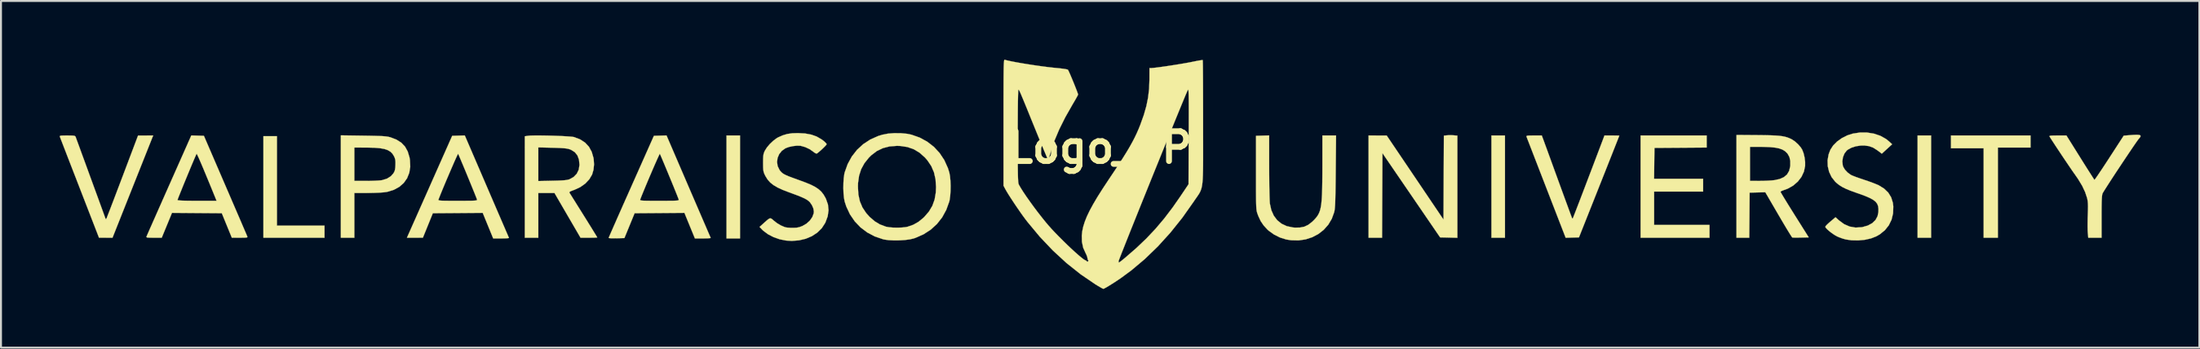
<source format=kicad_pcb>
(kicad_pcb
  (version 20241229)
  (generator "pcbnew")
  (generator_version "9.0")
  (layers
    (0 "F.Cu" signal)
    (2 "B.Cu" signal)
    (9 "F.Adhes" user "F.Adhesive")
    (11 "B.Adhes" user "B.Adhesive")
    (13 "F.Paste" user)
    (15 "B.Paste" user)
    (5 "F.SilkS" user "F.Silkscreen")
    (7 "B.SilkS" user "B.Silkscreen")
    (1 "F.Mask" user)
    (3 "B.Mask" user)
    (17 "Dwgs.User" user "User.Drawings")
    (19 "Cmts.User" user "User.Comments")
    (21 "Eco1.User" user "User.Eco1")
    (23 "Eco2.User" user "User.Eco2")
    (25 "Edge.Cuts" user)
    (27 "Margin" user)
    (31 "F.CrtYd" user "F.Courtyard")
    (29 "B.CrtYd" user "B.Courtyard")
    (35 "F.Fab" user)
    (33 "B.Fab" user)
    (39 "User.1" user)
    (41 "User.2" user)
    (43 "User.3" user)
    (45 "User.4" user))
  (footprint "Logo_FP"
    (layer "F.Cu")
    (at 53.153 4.491)
    (property "Reference" "Logo_FP" (at 0 0 0) (layer "F.SilkS") (effects (font (size 1.524 1.524) (thickness 0.3))))
    (attr through_hole)
    (fp_poly (pts (xy -18.397 4.645) (xy -19.086 4.645) (xy -19.086 -0.617) (xy -18.397 -0.617) (xy -18.397 4.645)) (stroke (width 0.01) (type solid)) (fill yes) (layer "F.SilkS"))
    (fp_poly (pts (xy 20.683 4.608) (xy 19.993 4.608) (xy 19.993 -0.617) (xy 20.683 -0.617) (xy 20.683 4.608)) (stroke (width 0.01) (type solid)) (fill yes) (layer "F.SilkS"))
    (fp_poly (pts (xy 42.454 4.608) (xy 41.765 4.608) (xy 41.765 -0.617) (xy 42.454 -0.617) (xy 42.454 4.608)) (stroke (width 0.01) (type solid)) (fill yes) (layer "F.SilkS"))
    (fp_poly (pts (xy -42.055 3.991) (xy -39.624 3.991) (xy -39.624 4.608) (xy -42.745 4.608) (xy -42.745 -0.581) (xy -42.055 -0.581) (xy -42.055 3.991)) (stroke (width 0.01) (type solid)) (fill yes) (layer "F.SilkS"))
    (fp_poly (pts (xy 47.534 0) (xy 45.865 0) (xy 45.865 4.608) (xy 45.139 4.608) (xy 45.139 0.036) (xy 43.47 0.036) (xy 43.47 -0.617) (xy 47.534 -0.617) (xy 47.534 0)) (stroke (width 0.01) (type solid)) (fill yes) (layer "F.SilkS"))
    (fp_poly (pts (xy 30.988 -0.001) (xy 29.654 0.009) (xy 28.321 0.018) (xy 28.311 0.807) (xy 28.301 1.597) (xy 30.807 1.597) (xy 30.807 2.25) (xy 28.303 2.25) (xy 28.303 3.955) (xy 31.133 3.955) (xy 31.133 4.608) (xy 27.613 4.608) (xy 27.613 -0.617) (xy 30.988 -0.617) (xy 30.988 -0.001)) (stroke (width 0.01) (type solid)) (fill yes) (layer "F.SilkS"))
    (fp_poly (pts (xy 18.014 -0.629) (xy 18.066 -0.625) (xy 18.252 -0.608) (xy 18.252 4.611) (xy 17.811 4.6) (xy 17.37 4.59) (xy 14.424 0.285) (xy 14.414 2.447) (xy 14.405 4.608) (xy 13.716 4.608) (xy 13.716 -0.617) (xy 14.179 -0.616) (xy 14.641 -0.615) (xy 16.093 1.534) (xy 17.544 3.683) (xy 17.553 1.538) (xy 17.563 -0.607) (xy 17.722 -0.625) (xy 17.859 -0.633) (xy 18.014 -0.629)) (stroke (width 0.01) (type solid)) (fill yes) (layer "F.SilkS"))
    (fp_poly (pts (xy -49.417 1.995) (xy -50.455 4.608) (xy -51.145 4.607) (xy -52.133 2.059) (xy -52.292 1.648) (xy -52.444 1.257) (xy -52.587 0.889) (xy -52.718 0.551) (xy -52.835 0.248) (xy -52.936 -0.014) (xy -53.02 -0.231) (xy -53.084 -0.397) (xy -53.126 -0.506) (xy -53.144 -0.553) (xy -53.144 -0.553) (xy -53.148 -0.581) (xy -53.129 -0.599) (xy -53.074 -0.61) (xy -52.974 -0.615) (xy -52.815 -0.617) (xy -52.767 -0.617) (xy -52.589 -0.615) (xy -52.471 -0.61) (xy -52.399 -0.599) (xy -52.36 -0.579) (xy -52.343 -0.553) (xy -52.327 -0.512) (xy -52.29 -0.409) (xy -52.232 -0.252) (xy -52.157 -0.048) (xy -52.068 0.197) (xy -51.966 0.476) (xy -51.854 0.781) (xy -51.735 1.107) (xy -51.612 1.445) (xy -51.486 1.789) (xy -51.361 2.132) (xy -51.238 2.467) (xy -51.121 2.788) (xy -51.012 3.087) (xy -50.914 3.357) (xy -50.828 3.592) (xy -50.816 3.628) (xy -50.793 3.661) (xy -50.767 3.633) (xy -50.749 3.592) (xy -50.708 3.488) (xy -50.646 3.328) (xy -50.565 3.119) (xy -50.468 2.865) (xy -50.356 2.573) (xy -50.233 2.249) (xy -50.1 1.899) (xy -49.96 1.529) (xy -49.943 1.485) (xy -49.149 -0.616) (xy -48.764 -0.616) (xy -48.378 -0.617) (xy -49.417 1.995)) (stroke (width 0.01) (type solid)) (fill yes) (layer "F.SilkS"))
    (fp_poly (pts (xy -37.637 -0.608) (xy -37.309 -0.603) (xy -37.043 -0.597) (xy -36.833 -0.591) (xy -36.667 -0.584) (xy -36.537 -0.574) (xy -36.434 -0.562) (xy -36.349 -0.547) (xy -36.273 -0.528) (xy -36.245 -0.52) (xy -35.942 -0.402) (xy -35.698 -0.245) (xy -35.509 -0.046) (xy -35.373 0.202) (xy -35.283 0.502) (xy -35.26 0.64) (xy -35.244 0.979) (xy -35.294 1.29) (xy -35.405 1.567) (xy -35.575 1.808) (xy -35.8 2.006) (xy -36.077 2.158) (xy -36.402 2.259) (xy -36.464 2.271) (xy -36.613 2.29) (xy -36.819 2.305) (xy -37.067 2.315) (xy -37.342 2.321) (xy -37.42 2.321) (xy -38.1 2.322) (xy -38.1 4.608) (xy -38.789 4.608) (xy -38.789 1.705) (xy -38.1 1.705) (xy -37.485 1.705) (xy -37.264 1.703) (xy -37.054 1.696) (xy -36.871 1.686) (xy -36.733 1.674) (xy -36.678 1.665) (xy -36.429 1.587) (xy -36.235 1.465) (xy -36.114 1.33) (xy -36.059 1.24) (xy -36.027 1.147) (xy -36.008 1.026) (xy -36.001 0.902) (xy -35.998 0.74) (xy -36.008 0.623) (xy -36.038 0.522) (xy -36.069 0.452) (xy -36.149 0.32) (xy -36.253 0.214) (xy -36.389 0.133) (xy -36.564 0.073) (xy -36.786 0.033) (xy -37.062 0.01) (xy -37.402 0.001) (xy -37.474 0.001) (xy -38.1 0) (xy -38.1 1.705) (xy -38.789 1.705) (xy -38.789 -0.624) (xy -37.637 -0.608)) (stroke (width 0.01) (type solid)) (fill yes) (layer "F.SilkS"))
    (fp_poly (pts (xy 22.635 -0.426) (xy 22.661 -0.357) (xy 22.708 -0.226) (xy 22.776 -0.041) (xy 22.861 0.191) (xy 22.96 0.464) (xy 23.072 0.771) (xy 23.193 1.105) (xy 23.322 1.458) (xy 23.405 1.687) (xy 23.535 2.043) (xy 23.657 2.378) (xy 23.77 2.686) (xy 23.871 2.961) (xy 23.957 3.196) (xy 24.027 3.387) (xy 24.079 3.525) (xy 24.11 3.606) (xy 24.118 3.626) (xy 24.148 3.623) (xy 24.163 3.587) (xy 24.202 3.488) (xy 24.263 3.333) (xy 24.343 3.126) (xy 24.441 2.872) (xy 24.554 2.578) (xy 24.68 2.248) (xy 24.817 1.889) (xy 24.963 1.505) (xy 25.117 1.102) (xy 25.275 0.685) (xy 25.436 0.26) (xy 25.599 -0.169) (xy 25.696 -0.426) (xy 25.768 -0.617) (xy 26.146 -0.617) (xy 26.302 -0.616) (xy 26.427 -0.614) (xy 26.505 -0.611) (xy 26.525 -0.608) (xy 26.512 -0.573) (xy 26.474 -0.477) (xy 26.413 -0.323) (xy 26.332 -0.118) (xy 26.232 0.135) (xy 26.116 0.429) (xy 25.985 0.759) (xy 25.842 1.121) (xy 25.688 1.509) (xy 25.526 1.917) (xy 25.495 1.996) (xy 24.464 4.59) (xy 24.125 4.6) (xy 23.785 4.61) (xy 22.797 2.06) (xy 22.638 1.649) (xy 22.486 1.258) (xy 22.344 0.89) (xy 22.213 0.552) (xy 22.096 0.249) (xy 21.994 -0.014) (xy 21.91 -0.231) (xy 21.846 -0.396) (xy 21.804 -0.505) (xy 21.786 -0.553) (xy 21.786 -0.553) (xy 21.782 -0.581) (xy 21.801 -0.599) (xy 21.855 -0.61) (xy 21.956 -0.615) (xy 22.115 -0.617) (xy 22.164 -0.617) (xy 22.564 -0.617) (xy 22.635 -0.426)) (stroke (width 0.01) (type solid)) (fill yes) (layer "F.SilkS"))
    (fp_poly (pts (xy 8.637 0.987) (xy 8.638 1.333) (xy 8.641 1.666) (xy 8.644 1.977) (xy 8.649 2.257) (xy 8.655 2.496) (xy 8.662 2.686) (xy 8.669 2.818) (xy 8.673 2.865) (xy 8.746 3.196) (xy 8.872 3.48) (xy 9.047 3.713) (xy 9.27 3.893) (xy 9.536 4.017) (xy 9.844 4.083) (xy 9.938 4.091) (xy 10.207 4.089) (xy 10.431 4.045) (xy 10.63 3.952) (xy 10.823 3.803) (xy 10.908 3.722) (xy 10.997 3.628) (xy 11.074 3.535) (xy 11.139 3.437) (xy 11.193 3.329) (xy 11.238 3.204) (xy 11.273 3.056) (xy 11.301 2.878) (xy 11.321 2.665) (xy 11.336 2.409) (xy 11.346 2.106) (xy 11.352 1.748) (xy 11.355 1.33) (xy 11.356 0.88) (xy 11.357 -0.617) (xy 12.054 -0.617) (xy 12.037 1.225) (xy 12.033 1.652) (xy 12.028 2.013) (xy 12.023 2.315) (xy 12.018 2.563) (xy 12.012 2.765) (xy 12.005 2.926) (xy 11.996 3.053) (xy 11.986 3.153) (xy 11.974 3.231) (xy 11.96 3.295) (xy 11.96 3.299) (xy 11.837 3.639) (xy 11.657 3.942) (xy 11.426 4.202) (xy 11.152 4.417) (xy 10.842 4.581) (xy 10.502 4.692) (xy 10.139 4.746) (xy 9.76 4.737) (xy 9.507 4.697) (xy 9.191 4.598) (xy 8.887 4.446) (xy 8.618 4.254) (xy 8.538 4.181) (xy 8.349 3.973) (xy 8.204 3.758) (xy 8.087 3.508) (xy 8.049 3.409) (xy 8.031 3.357) (xy 8.015 3.306) (xy 8.002 3.251) (xy 7.991 3.186) (xy 7.983 3.104) (xy 7.977 2.997) (xy 7.972 2.861) (xy 7.969 2.688) (xy 7.967 2.471) (xy 7.965 2.205) (xy 7.965 1.882) (xy 7.965 1.496) (xy 7.965 1.288) (xy 7.965 -0.599) (xy 8.636 -0.62) (xy 8.637 0.987)) (stroke (width 0.01) (type solid)) (fill yes) (layer "F.SilkS"))
    (fp_poly (pts (xy 33.592 -0.636) (xy 33.954 -0.632) (xy 34.253 -0.625) (xy 34.498 -0.615) (xy 34.698 -0.6) (xy 34.863 -0.578) (xy 35.001 -0.55) (xy 35.123 -0.514) (xy 35.237 -0.468) (xy 35.33 -0.423) (xy 35.492 -0.317) (xy 35.655 -0.171) (xy 35.795 -0.009) (xy 35.866 0.103) (xy 35.938 0.287) (xy 35.991 0.511) (xy 36.019 0.742) (xy 36.018 0.938) (xy 35.957 1.229) (xy 35.831 1.498) (xy 35.647 1.737) (xy 35.413 1.94) (xy 35.134 2.099) (xy 34.916 2.179) (xy 34.823 2.215) (xy 34.769 2.252) (xy 34.763 2.265) (xy 34.782 2.303) (xy 34.835 2.396) (xy 34.919 2.536) (xy 35.029 2.717) (xy 35.16 2.93) (xy 35.31 3.17) (xy 35.472 3.429) (xy 35.483 3.447) (xy 36.203 4.59) (xy 35.802 4.6) (xy 35.636 4.603) (xy 35.496 4.603) (xy 35.398 4.6) (xy 35.362 4.596) (xy 35.335 4.562) (xy 35.276 4.472) (xy 35.19 4.334) (xy 35.08 4.154) (xy 34.952 3.94) (xy 34.809 3.698) (xy 34.655 3.435) (xy 34.653 3.432) (xy 33.984 2.284) (xy 33.584 2.294) (xy 33.183 2.304) (xy 33.174 3.456) (xy 33.164 4.608) (xy 32.512 4.608) (xy 32.512 1.705) (xy 33.201 1.705) (xy 33.682 1.704) (xy 33.893 1.701) (xy 34.106 1.693) (xy 34.297 1.681) (xy 34.435 1.668) (xy 34.715 1.609) (xy 34.934 1.512) (xy 35.096 1.374) (xy 35.202 1.192) (xy 35.256 0.965) (xy 35.261 0.915) (xy 35.26 0.679) (xy 35.218 0.488) (xy 35.129 0.326) (xy 35.099 0.288) (xy 34.993 0.186) (xy 34.863 0.106) (xy 34.698 0.046) (xy 34.491 0.004) (xy 34.234 -0.022) (xy 33.918 -0.035) (xy 33.737 -0.036) (xy 33.201 -0.036) (xy 33.201 1.705) (xy 32.512 1.705) (xy 32.512 -0.644) (xy 33.592 -0.636)) (stroke (width 0.01) (type solid)) (fill yes) (layer "F.SilkS"))
    (fp_poly (pts (xy -28.502 -0.616) (xy -28.241 -0.612) (xy -27.972 -0.605) (xy -27.706 -0.596) (xy -27.456 -0.585) (xy -27.234 -0.572) (xy -27.052 -0.559) (xy -26.922 -0.545) (xy -26.87 -0.534) (xy -26.563 -0.416) (xy -26.312 -0.252) (xy -26.115 -0.04) (xy -25.973 0.22) (xy -25.883 0.531) (xy -25.873 0.59) (xy -25.855 0.862) (xy -25.882 1.132) (xy -25.951 1.372) (xy -25.955 1.382) (xy -26.097 1.623) (xy -26.299 1.838) (xy -26.554 2.019) (xy -26.852 2.158) (xy -26.908 2.178) (xy -27.046 2.231) (xy -27.112 2.274) (xy -27.116 2.298) (xy -27.092 2.338) (xy -27.033 2.432) (xy -26.945 2.573) (xy -26.831 2.754) (xy -26.698 2.968) (xy -26.548 3.207) (xy -26.39 3.459) (xy -26.23 3.715) (xy -26.083 3.952) (xy -25.953 4.161) (xy -25.845 4.337) (xy -25.762 4.472) (xy -25.709 4.56) (xy -25.69 4.593) (xy -25.724 4.599) (xy -25.817 4.604) (xy -25.953 4.607) (xy -26.117 4.608) (xy -26.544 4.608) (xy -27.21 3.465) (xy -27.875 2.322) (xy -28.702 2.322) (xy -28.702 4.608) (xy -29.391 4.608) (xy -29.391 1.712) (xy -28.702 1.712) (xy -27.985 1.697) (xy -27.716 1.69) (xy -27.509 1.681) (xy -27.352 1.67) (xy -27.235 1.654) (xy -27.147 1.634) (xy -27.106 1.62) (xy -26.896 1.504) (xy -26.738 1.34) (xy -26.637 1.135) (xy -26.599 0.896) (xy -26.598 0.875) (xy -26.624 0.615) (xy -26.703 0.403) (xy -26.837 0.237) (xy -27.027 0.117) (xy -27.093 0.09) (xy -27.174 0.066) (xy -27.276 0.047) (xy -27.41 0.033) (xy -27.587 0.022) (xy -27.819 0.013) (xy -27.985 0.009) (xy -28.702 -0.008) (xy -28.702 1.712) (xy -29.391 1.712) (xy -29.391 -0.576) (xy -29.223 -0.601) (xy -29.116 -0.611) (xy -28.952 -0.616) (xy -28.743 -0.618) (xy -28.502 -0.616)) (stroke (width 0.01) (type solid)) (fill yes) (layer "F.SilkS"))
    (fp_poly (pts (xy 53.093 -0.643) (xy 53.149 -0.617) (xy 53.155 -0.572) (xy 53.117 -0.507) (xy 53.064 -0.446) (xy 53.021 -0.391) (xy 52.944 -0.283) (xy 52.838 -0.13) (xy 52.709 0.059) (xy 52.561 0.278) (xy 52.4 0.518) (xy 52.231 0.771) (xy 52.06 1.029) (xy 51.89 1.285) (xy 51.729 1.531) (xy 51.581 1.759) (xy 51.45 1.962) (xy 51.343 2.13) (xy 51.264 2.257) (xy 51.219 2.334) (xy 51.212 2.348) (xy 51.197 2.402) (xy 51.185 2.488) (xy 51.176 2.614) (xy 51.169 2.786) (xy 51.165 3.012) (xy 51.163 3.298) (xy 51.163 3.537) (xy 51.163 4.608) (xy 50.484 4.608) (xy 50.459 4.345) (xy 50.452 4.218) (xy 50.449 4.038) (xy 50.45 3.823) (xy 50.454 3.593) (xy 50.459 3.447) (xy 50.467 3.2) (xy 50.47 3.01) (xy 50.466 2.864) (xy 50.456 2.746) (xy 50.438 2.642) (xy 50.423 2.576) (xy 50.323 2.274) (xy 50.173 1.956) (xy 49.967 1.615) (xy 49.804 1.379) (xy 49.72 1.261) (xy 49.607 1.097) (xy 49.472 0.898) (xy 49.322 0.677) (xy 49.165 0.443) (xy 49.009 0.208) (xy 48.859 -0.017) (xy 48.725 -0.222) (xy 48.613 -0.394) (xy 48.53 -0.524) (xy 48.501 -0.572) (xy 48.505 -0.591) (xy 48.55 -0.605) (xy 48.645 -0.613) (xy 48.798 -0.616) (xy 48.92 -0.617) (xy 49.367 -0.617) (xy 50.072 0.51) (xy 50.233 0.767) (xy 50.382 1.004) (xy 50.516 1.215) (xy 50.629 1.392) (xy 50.716 1.528) (xy 50.774 1.616) (xy 50.799 1.65) (xy 50.799 1.65) (xy 50.823 1.624) (xy 50.882 1.544) (xy 50.971 1.415) (xy 51.086 1.245) (xy 51.223 1.041) (xy 51.376 0.808) (xy 51.542 0.554) (xy 51.558 0.529) (xy 52.295 -0.607) (xy 52.569 -0.63) (xy 52.808 -0.648) (xy 52.981 -0.653) (xy 53.093 -0.643)) (stroke (width 0.01) (type solid)) (fill yes) (layer "F.SilkS"))
    (fp_poly (pts (xy -46.108 -0.609) (xy -45.786 -0.599) (xy -44.69 1.941) (xy -44.514 2.348) (xy -44.347 2.736) (xy -44.19 3.101) (xy -44.045 3.436) (xy -43.915 3.737) (xy -43.803 3.999) (xy -43.71 4.215) (xy -43.638 4.382) (xy -43.591 4.493) (xy -43.57 4.543) (xy -43.569 4.545) (xy -43.564 4.572) (xy -43.583 4.591) (xy -43.636 4.601) (xy -43.735 4.606) (xy -43.891 4.608) (xy -43.952 4.608) (xy -44.359 4.607) (xy -44.615 3.982) (xy -44.871 3.356) (xy -46.144 3.347) (xy -47.416 3.337) (xy -47.57 3.71) (xy -47.647 3.897) (xy -47.728 4.093) (xy -47.8 4.268) (xy -47.832 4.345) (xy -47.94 4.608) (xy -48.34 4.608) (xy -48.514 4.607) (xy -48.628 4.603) (xy -48.692 4.594) (xy -48.719 4.578) (xy -48.719 4.553) (xy -48.716 4.545) (xy -48.698 4.502) (xy -48.653 4.399) (xy -48.583 4.239) (xy -48.49 4.029) (xy -48.377 3.773) (xy -48.246 3.478) (xy -48.1 3.147) (xy -47.94 2.787) (xy -47.894 2.682) (xy -47.135 2.682) (xy -47.106 2.695) (xy -47.017 2.705) (xy -46.866 2.713) (xy -46.649 2.718) (xy -46.365 2.721) (xy -46.137 2.721) (xy -45.138 2.721) (xy -45.186 2.603) (xy -45.386 2.112) (xy -45.565 1.677) (xy -45.722 1.299) (xy -45.855 0.98) (xy -45.966 0.722) (xy -46.052 0.526) (xy -46.114 0.394) (xy -46.15 0.326) (xy -46.16 0.318) (xy -46.18 0.358) (xy -46.224 0.456) (xy -46.287 0.602) (xy -46.365 0.786) (xy -46.455 1) (xy -46.552 1.234) (xy -46.653 1.478) (xy -46.754 1.723) (xy -46.851 1.959) (xy -46.939 2.178) (xy -47.016 2.368) (xy -47.077 2.522) (xy -47.118 2.629) (xy -47.135 2.68) (xy -47.135 2.682) (xy -47.894 2.682) (xy -47.77 2.402) (xy -47.591 1.998) (xy -47.561 1.931) (xy -46.429 -0.619) (xy -46.108 -0.609)) (stroke (width 0.01) (type solid)) (fill yes) (layer "F.SilkS"))
    (fp_poly (pts (xy -31.336 1.986) (xy -31.159 2.397) (xy -30.99 2.788) (xy -30.832 3.156) (xy -30.686 3.493) (xy -30.555 3.797) (xy -30.441 4.06) (xy -30.347 4.279) (xy -30.274 4.447) (xy -30.225 4.561) (xy -30.201 4.614) (xy -30.2 4.617) (xy -30.228 4.628) (xy -30.314 4.637) (xy -30.446 4.643) (xy -30.596 4.644) (xy -31.006 4.644) (xy -31.274 3.991) (xy -31.542 3.337) (xy -32.816 3.347) (xy -34.09 3.356) (xy -34.598 4.607) (xy -35.006 4.608) (xy -35.413 4.608) (xy -35.377 4.527) (xy -35.357 4.481) (xy -35.309 4.374) (xy -35.237 4.212) (xy -35.143 3.999) (xy -35.028 3.742) (xy -34.896 3.444) (xy -34.749 3.112) (xy -34.588 2.751) (xy -34.555 2.677) (xy -33.805 2.677) (xy -33.794 2.691) (xy -33.76 2.702) (xy -33.696 2.71) (xy -33.595 2.716) (xy -33.448 2.719) (xy -33.248 2.721) (xy -32.988 2.721) (xy -32.82 2.721) (xy -32.524 2.721) (xy -32.292 2.72) (xy -32.117 2.718) (xy -31.992 2.713) (xy -31.908 2.707) (xy -31.859 2.697) (xy -31.835 2.685) (xy -31.83 2.668) (xy -31.832 2.658) (xy -31.852 2.603) (xy -31.895 2.493) (xy -31.957 2.337) (xy -32.035 2.146) (xy -32.124 1.927) (xy -32.221 1.691) (xy -32.321 1.447) (xy -32.421 1.205) (xy -32.517 0.974) (xy -32.606 0.763) (xy -32.682 0.583) (xy -32.742 0.442) (xy -32.782 0.35) (xy -32.799 0.317) (xy -32.816 0.345) (xy -32.858 0.43) (xy -32.92 0.565) (xy -32.998 0.74) (xy -33.088 0.947) (xy -33.187 1.176) (xy -33.291 1.419) (xy -33.397 1.666) (xy -33.499 1.909) (xy -33.595 2.14) (xy -33.68 2.348) (xy -33.751 2.526) (xy -33.802 2.658) (xy -33.805 2.677) (xy -34.555 2.677) (xy -34.417 2.366) (xy -34.238 1.963) (xy -34.221 1.923) (xy -33.101 -0.599) (xy -32.458 -0.619) (xy -31.336 1.986)) (stroke (width 0.01) (type solid)) (fill yes) (layer "F.SilkS"))
    (fp_poly (pts (xy -21.031 1.986) (xy -20.854 2.397) (xy -20.685 2.788) (xy -20.526 3.156) (xy -20.381 3.493) (xy -20.25 3.797) (xy -20.136 4.06) (xy -20.042 4.279) (xy -19.969 4.447) (xy -19.919 4.561) (xy -19.896 4.614) (xy -19.895 4.617) (xy -19.923 4.628) (xy -20.009 4.637) (xy -20.141 4.643) (xy -20.291 4.644) (xy -20.701 4.644) (xy -20.969 3.991) (xy -21.237 3.337) (xy -22.509 3.347) (xy -23.782 3.356) (xy -24.042 3.991) (xy -24.303 4.626) (xy -24.706 4.637) (xy -24.867 4.638) (xy -24.997 4.635) (xy -25.082 4.628) (xy -25.108 4.619) (xy -25.093 4.582) (xy -25.051 4.484) (xy -24.984 4.33) (xy -24.894 4.124) (xy -24.783 3.873) (xy -24.655 3.581) (xy -24.51 3.254) (xy -24.351 2.895) (xy -24.254 2.677) (xy -23.5 2.677) (xy -23.489 2.691) (xy -23.455 2.702) (xy -23.391 2.71) (xy -23.29 2.716) (xy -23.143 2.719) (xy -22.943 2.721) (xy -22.682 2.721) (xy -22.515 2.721) (xy -22.218 2.721) (xy -21.987 2.72) (xy -21.812 2.718) (xy -21.687 2.713) (xy -21.603 2.707) (xy -21.554 2.697) (xy -21.53 2.685) (xy -21.525 2.668) (xy -21.527 2.658) (xy -21.547 2.602) (xy -21.59 2.492) (xy -21.652 2.336) (xy -21.73 2.143) (xy -21.819 1.924) (xy -21.916 1.688) (xy -22.017 1.444) (xy -22.117 1.202) (xy -22.213 0.972) (xy -22.301 0.761) (xy -22.377 0.581) (xy -22.437 0.441) (xy -22.477 0.35) (xy -22.493 0.317) (xy -22.511 0.345) (xy -22.552 0.43) (xy -22.614 0.565) (xy -22.692 0.74) (xy -22.783 0.947) (xy -22.882 1.176) (xy -22.986 1.419) (xy -23.092 1.667) (xy -23.194 1.91) (xy -23.29 2.141) (xy -23.375 2.349) (xy -23.447 2.527) (xy -23.497 2.658) (xy -23.5 2.677) (xy -24.254 2.677) (xy -24.18 2.511) (xy -24 2.107) (xy -23.951 1.996) (xy -22.796 -0.599) (xy -22.474 -0.609) (xy -22.152 -0.619) (xy -21.031 1.986)) (stroke (width 0.01) (type solid)) (fill yes) (layer "F.SilkS"))
    (fp_poly (pts (xy -10.196 -0.735) (xy -9.882 -0.706) (xy -9.636 -0.657) (xy -9.214 -0.508) (xy -8.831 -0.299) (xy -8.491 -0.035) (xy -8.2 0.279) (xy -7.961 0.64) (xy -7.778 1.044) (xy -7.706 1.27) (xy -7.67 1.456) (xy -7.648 1.69) (xy -7.638 1.952) (xy -7.642 2.219) (xy -7.659 2.468) (xy -7.688 2.679) (xy -7.706 2.758) (xy -7.86 3.185) (xy -8.071 3.57) (xy -8.336 3.907) (xy -8.654 4.196) (xy -9.02 4.433) (xy -9.433 4.615) (xy -9.525 4.646) (xy -9.726 4.693) (xy -9.977 4.725) (xy -10.254 4.743) (xy -10.536 4.745) (xy -10.8 4.732) (xy -11.025 4.701) (xy -11.086 4.687) (xy -11.509 4.544) (xy -11.895 4.34) (xy -12.238 4.081) (xy -12.534 3.772) (xy -12.778 3.416) (xy -12.965 3.019) (xy -13.05 2.758) (xy -13.085 2.572) (xy -13.108 2.338) (xy -13.117 2.076) (xy -13.116 2.014) (xy -12.373 2.014) (xy -12.349 2.405) (xy -12.273 2.751) (xy -12.142 3.062) (xy -11.952 3.347) (xy -11.778 3.541) (xy -11.519 3.766) (xy -11.249 3.929) (xy -10.95 4.041) (xy -10.933 4.046) (xy -10.776 4.074) (xy -10.572 4.091) (xy -10.347 4.095) (xy -10.126 4.087) (xy -9.934 4.067) (xy -9.838 4.048) (xy -9.543 3.945) (xy -9.281 3.797) (xy -9.032 3.594) (xy -8.978 3.541) (xy -8.743 3.268) (xy -8.57 2.977) (xy -8.455 2.657) (xy -8.394 2.299) (xy -8.382 2.014) (xy -8.408 1.618) (xy -8.488 1.265) (xy -8.626 0.945) (xy -8.825 0.651) (xy -8.948 0.51) (xy -9.219 0.267) (xy -9.514 0.089) (xy -9.84 -0.026) (xy -10.202 -0.081) (xy -10.378 -0.087) (xy -10.758 -0.058) (xy -11.1 0.03) (xy -11.408 0.179) (xy -11.689 0.393) (xy -11.808 0.51) (xy -12.038 0.796) (xy -12.206 1.102) (xy -12.314 1.437) (xy -12.367 1.81) (xy -12.373 2.014) (xy -13.116 2.014) (xy -13.113 1.81) (xy -13.097 1.56) (xy -13.067 1.35) (xy -13.049 1.27) (xy -12.896 0.843) (xy -12.685 0.458) (xy -12.42 0.118) (xy -12.105 -0.172) (xy -11.744 -0.409) (xy -11.341 -0.589) (xy -11.119 -0.657) (xy -10.842 -0.711) (xy -10.525 -0.736) (xy -10.196 -0.735)) (stroke (width 0.01) (type solid)) (fill yes) (layer "F.SilkS"))
    (fp_poly (pts (xy 39.182 -0.767) (xy 39.533 -0.711) (xy 39.857 -0.602) (xy 40.144 -0.443) (xy 40.301 -0.318) (xy 40.463 -0.168) (xy 40.2 0.072) (xy 39.936 0.313) (xy 39.712 0.143) (xy 39.499 0.007) (xy 39.283 -0.073) (xy 39.042 -0.105) (xy 38.849 -0.101) (xy 38.606 -0.064) (xy 38.381 0.009) (xy 38.196 0.111) (xy 38.141 0.156) (xy 38.026 0.307) (xy 37.95 0.498) (xy 37.92 0.705) (xy 37.94 0.906) (xy 37.968 0.991) (xy 38.056 1.135) (xy 38.19 1.276) (xy 38.346 1.391) (xy 38.385 1.412) (xy 38.467 1.447) (xy 38.601 1.499) (xy 38.772 1.56) (xy 38.964 1.625) (xy 39.043 1.652) (xy 39.248 1.721) (xy 39.447 1.793) (xy 39.621 1.861) (xy 39.752 1.916) (xy 39.781 1.93) (xy 40.056 2.101) (xy 40.267 2.305) (xy 40.415 2.546) (xy 40.501 2.824) (xy 40.524 3.012) (xy 40.511 3.363) (xy 40.434 3.685) (xy 40.293 3.974) (xy 40.092 4.226) (xy 39.832 4.436) (xy 39.657 4.537) (xy 39.384 4.643) (xy 39.068 4.714) (xy 38.729 4.746) (xy 38.389 4.739) (xy 38.1 4.697) (xy 37.931 4.65) (xy 37.75 4.584) (xy 37.646 4.538) (xy 37.519 4.466) (xy 37.384 4.374) (xy 37.256 4.275) (xy 37.147 4.18) (xy 37.073 4.099) (xy 37.048 4.049) (xy 37.074 4.006) (xy 37.144 3.931) (xy 37.246 3.837) (xy 37.309 3.782) (xy 37.57 3.562) (xy 37.747 3.721) (xy 38.01 3.914) (xy 38.292 4.037) (xy 38.592 4.09) (xy 38.908 4.072) (xy 38.945 4.065) (xy 39.222 3.986) (xy 39.445 3.865) (xy 39.612 3.705) (xy 39.719 3.508) (xy 39.762 3.3) (xy 39.766 3.135) (xy 39.748 2.995) (xy 39.701 2.875) (xy 39.619 2.769) (xy 39.496 2.672) (xy 39.324 2.577) (xy 39.098 2.479) (xy 38.811 2.373) (xy 38.647 2.316) (xy 38.347 2.209) (xy 38.106 2.11) (xy 37.912 2.013) (xy 37.751 1.911) (xy 37.613 1.799) (xy 37.554 1.743) (xy 37.371 1.511) (xy 37.244 1.243) (xy 37.175 0.951) (xy 37.166 0.649) (xy 37.219 0.348) (xy 37.306 0.118) (xy 37.449 -0.104) (xy 37.652 -0.309) (xy 37.9 -0.485) (xy 38.18 -0.625) (xy 38.448 -0.711) (xy 38.817 -0.768) (xy 39.182 -0.767)) (stroke (width 0.01) (type solid)) (fill yes) (layer "F.SilkS"))
    (fp_poly (pts (xy -15.072 -0.719) (xy -14.756 -0.661) (xy -14.479 -0.562) (xy -14.23 -0.418) (xy -14.124 -0.338) (xy -14.038 -0.261) (xy -13.982 -0.197) (xy -13.97 -0.17) (xy -13.995 -0.131) (xy -14.061 -0.059) (xy -14.153 0.033) (xy -14.257 0.13) (xy -14.358 0.218) (xy -14.44 0.284) (xy -14.47 0.304) (xy -14.528 0.299) (xy -14.618 0.242) (xy -14.65 0.215) (xy -14.839 0.083) (xy -15.064 -0.023) (xy -15.289 -0.087) (xy -15.314 -0.091) (xy -15.486 -0.096) (xy -15.69 -0.074) (xy -15.892 -0.031) (xy -16.06 0.029) (xy -16.076 0.037) (xy -16.261 0.167) (xy -16.396 0.337) (xy -16.478 0.532) (xy -16.505 0.74) (xy -16.474 0.948) (xy -16.381 1.141) (xy -16.326 1.213) (xy -16.273 1.269) (xy -16.213 1.319) (xy -16.137 1.367) (xy -16.035 1.417) (xy -15.899 1.475) (xy -15.717 1.544) (xy -15.481 1.629) (xy -15.35 1.676) (xy -15.024 1.797) (xy -14.76 1.908) (xy -14.549 2.017) (xy -14.38 2.131) (xy -14.244 2.255) (xy -14.132 2.397) (xy -14.036 2.562) (xy -14.006 2.622) (xy -13.904 2.913) (xy -13.875 3.21) (xy -13.918 3.514) (xy -14.033 3.826) (xy -14.05 3.86) (xy -14.222 4.124) (xy -14.449 4.347) (xy -14.723 4.527) (xy -15.037 4.66) (xy -15.381 4.742) (xy -15.748 4.77) (xy -16.04 4.753) (xy -16.369 4.688) (xy -16.685 4.577) (xy -16.971 4.428) (xy -17.211 4.249) (xy -17.272 4.19) (xy -17.399 4.057) (xy -17.199 3.877) (xy -17.058 3.75) (xy -16.958 3.666) (xy -16.886 3.624) (xy -16.828 3.618) (xy -16.773 3.646) (xy -16.707 3.703) (xy -16.676 3.731) (xy -16.507 3.863) (xy -16.313 3.979) (xy -16.124 4.06) (xy -16.06 4.079) (xy -15.971 4.092) (xy -15.838 4.101) (xy -15.69 4.104) (xy -15.688 4.104) (xy -15.51 4.097) (xy -15.365 4.068) (xy -15.214 4.011) (xy -15.204 4.007) (xy -14.997 3.886) (xy -14.826 3.729) (xy -14.702 3.551) (xy -14.633 3.364) (xy -14.624 3.266) (xy -14.65 3.111) (xy -14.722 2.944) (xy -14.825 2.796) (xy -14.827 2.794) (xy -14.895 2.729) (xy -14.982 2.666) (xy -15.096 2.602) (xy -15.248 2.533) (xy -15.445 2.452) (xy -15.698 2.358) (xy -15.876 2.293) (xy -16.205 2.168) (xy -16.47 2.046) (xy -16.683 1.921) (xy -16.852 1.787) (xy -16.986 1.637) (xy -17.094 1.464) (xy -17.119 1.416) (xy -17.162 1.324) (xy -17.19 1.24) (xy -17.207 1.147) (xy -17.215 1.026) (xy -17.217 0.858) (xy -17.218 0.78) (xy -17.216 0.588) (xy -17.21 0.45) (xy -17.196 0.347) (xy -17.172 0.263) (xy -17.136 0.179) (xy -17.128 0.163) (xy -17.022 -0.005) (xy -16.872 -0.183) (xy -16.698 -0.347) (xy -16.523 -0.478) (xy -16.452 -0.519) (xy -16.213 -0.625) (xy -15.981 -0.694) (xy -15.73 -0.73) (xy -15.44 -0.739) (xy -15.072 -0.719)) (stroke (width 0.01) (type solid)) (fill yes) (layer "F.SilkS"))
    (fp_poly (pts (xy -4.871 -4.485) (xy -4.722 -4.446) (xy -4.514 -4.402) (xy -4.257 -4.353) (xy -3.964 -4.302) (xy -3.649 -4.251) (xy -3.321 -4.201) (xy -2.995 -4.155) (xy -2.681 -4.114) (xy -2.393 -4.081) (xy -2.195 -4.062) (xy -2.008 -4.043) (xy -1.846 -4.022) (xy -1.723 -4.001) (xy -1.653 -3.982) (xy -1.645 -3.977) (xy -1.62 -3.933) (xy -1.574 -3.835) (xy -1.513 -3.697) (xy -1.443 -3.53) (xy -1.368 -3.35) (xy -1.295 -3.169) (xy -1.229 -3.001) (xy -1.174 -2.859) (xy -1.138 -2.757) (xy -1.125 -2.708) (xy -1.143 -2.667) (xy -1.192 -2.575) (xy -1.266 -2.444) (xy -1.358 -2.287) (xy -1.41 -2.199) (xy -1.78 -1.548) (xy -2.087 -0.933) (xy -2.333 -0.35) (xy -2.517 0.2) (xy -2.564 0.363) (xy -2.606 0.499) (xy -2.636 0.593) (xy -2.652 0.631) (xy -2.668 0.602) (xy -2.709 0.512) (xy -2.771 0.368) (xy -2.852 0.176) (xy -2.949 -0.056) (xy -3.059 -0.322) (xy -3.18 -0.616) (xy -3.281 -0.865) (xy -3.456 -1.294) (xy -3.605 -1.66) (xy -3.73 -1.969) (xy -3.835 -2.225) (xy -3.921 -2.434) (xy -3.99 -2.599) (xy -4.044 -2.726) (xy -4.085 -2.82) (xy -4.115 -2.885) (xy -4.137 -2.926) (xy -4.152 -2.949) (xy -4.163 -2.958) (xy -4.171 -2.958) (xy -4.176 -2.955) (xy -4.182 -2.916) (xy -4.188 -2.809) (xy -4.193 -2.64) (xy -4.198 -2.414) (xy -4.202 -2.136) (xy -4.205 -1.811) (xy -4.207 -1.445) (xy -4.209 -1.042) (xy -4.209 -0.608) (xy -4.209 -0.577) (xy -4.209 -0.1) (xy -4.208 0.309) (xy -4.207 0.656) (xy -4.206 0.947) (xy -4.203 1.187) (xy -4.2 1.381) (xy -4.196 1.535) (xy -4.19 1.654) (xy -4.184 1.743) (xy -4.176 1.809) (xy -4.166 1.855) (xy -4.155 1.888) (xy -4.15 1.898) (xy -4.058 2.059) (xy -3.928 2.266) (xy -3.766 2.506) (xy -3.581 2.768) (xy -3.381 3.043) (xy -3.173 3.319) (xy -2.965 3.585) (xy -2.766 3.831) (xy -2.647 3.971) (xy -2.488 4.15) (xy -2.306 4.345) (xy -2.106 4.55) (xy -1.897 4.759) (xy -1.686 4.965) (xy -1.479 5.161) (xy -1.283 5.341) (xy -1.107 5.497) (xy -0.955 5.624) (xy -0.837 5.715) (xy -0.758 5.762) (xy -0.738 5.768) (xy -0.688 5.798) (xy -0.679 5.815) (xy -0.655 5.842) (xy -0.614 5.815) (xy -0.609 5.806) (xy 0.943 5.806) (xy 0.952 5.865) (xy 0.964 5.878) (xy 0.998 5.856) (xy 1.076 5.797) (xy 1.185 5.71) (xy 1.299 5.616) (xy 1.857 5.131) (xy 2.363 4.649) (xy 2.831 4.153) (xy 3.274 3.629) (xy 3.706 3.062) (xy 4.093 2.507) (xy 4.518 1.875) (xy 4.527 -0.577) (xy 4.529 -1.064) (xy 4.53 -1.483) (xy 4.531 -1.839) (xy 4.53 -2.136) (xy 4.529 -2.38) (xy 4.526 -2.573) (xy 4.523 -2.722) (xy 4.519 -2.831) (xy 4.513 -2.905) (xy 4.506 -2.947) (xy 4.497 -2.963) (xy 4.487 -2.958) (xy 4.487 -2.957) (xy 4.465 -2.912) (xy 4.419 -2.805) (xy 4.349 -2.641) (xy 4.259 -2.424) (xy 4.15 -2.16) (xy 4.024 -1.854) (xy 3.883 -1.51) (xy 3.729 -1.132) (xy 3.564 -0.727) (xy 3.389 -0.299) (xy 3.208 0.147) (xy 3.022 0.607) (xy 2.832 1.075) (xy 2.641 1.547) (xy 2.451 2.018) (xy 2.264 2.482) (xy 2.081 2.935) (xy 1.905 3.373) (xy 1.738 3.79) (xy 1.581 4.181) (xy 1.437 4.542) (xy 1.308 4.867) (xy 1.195 5.152) (xy 1.1 5.392) (xy 1.026 5.582) (xy 0.974 5.717) (xy 0.947 5.792) (xy 0.943 5.806) (xy -0.609 5.806) (xy -0.59 5.778) (xy -0.601 5.769) (xy -0.627 5.738) (xy -0.643 5.662) (xy -0.643 5.66) (xy -0.666 5.562) (xy -0.715 5.443) (xy -0.74 5.397) (xy -0.864 5.121) (xy -0.928 4.82) (xy -0.935 4.503) (xy -0.912 4.278) (xy -0.862 4.043) (xy -0.784 3.793) (xy -0.676 3.522) (xy -0.533 3.224) (xy -0.354 2.894) (xy -0.136 2.525) (xy 0.125 2.113) (xy 0.429 1.652) (xy 0.43 1.651) (xy 0.715 1.224) (xy 0.962 0.849) (xy 1.174 0.518) (xy 1.357 0.224) (xy 1.514 -0.041) (xy 1.649 -0.284) (xy 1.767 -0.511) (xy 1.872 -0.731) (xy 1.968 -0.951) (xy 2.059 -1.177) (xy 2.059 -1.179) (xy 2.234 -1.667) (xy 2.363 -2.119) (xy 2.451 -2.555) (xy 2.503 -2.994) (xy 2.52 -3.455) (xy 2.52 -3.474) (xy 2.522 -4.064) (xy 2.631 -4.064) (xy 2.722 -4.07) (xy 2.872 -4.087) (xy 3.07 -4.113) (xy 3.301 -4.145) (xy 3.555 -4.183) (xy 3.818 -4.224) (xy 4.078 -4.266) (xy 4.324 -4.308) (xy 4.542 -4.347) (xy 4.72 -4.382) (xy 4.737 -4.386) (xy 4.915 -4.422) (xy 5.067 -4.45) (xy 5.179 -4.467) (xy 5.238 -4.471) (xy 5.243 -4.47) (xy 5.245 -4.432) (xy 5.248 -4.326) (xy 5.251 -4.158) (xy 5.253 -3.934) (xy 5.255 -3.657) (xy 5.257 -3.334) (xy 5.258 -2.97) (xy 5.259 -2.57) (xy 5.26 -2.139) (xy 5.261 -1.682) (xy 5.261 -1.255) (xy 5.261 -0.694) (xy 5.262 -0.201) (xy 5.262 0.23) (xy 5.262 0.604) (xy 5.26 0.925) (xy 5.256 1.2) (xy 5.25 1.433) (xy 5.241 1.629) (xy 5.227 1.793) (xy 5.209 1.931) (xy 5.186 2.047) (xy 5.157 2.147) (xy 5.122 2.236) (xy 5.08 2.319) (xy 5.03 2.401) (xy 4.972 2.487) (xy 4.906 2.582) (xy 4.83 2.691) (xy 4.776 2.771) (xy 4.201 3.585) (xy 3.591 4.347) (xy 2.951 5.052) (xy 2.284 5.697) (xy 1.593 6.278) (xy 1.084 6.653) (xy 0.919 6.766) (xy 0.745 6.881) (xy 0.575 6.989) (xy 0.42 7.085) (xy 0.292 7.16) (xy 0.203 7.207) (xy 0.167 7.221) (xy 0.122 7.202) (xy 0.03 7.152) (xy -0.097 7.078) (xy -0.245 6.988) (xy -0.249 6.985) (xy -0.997 6.475) (xy -1.72 5.899) (xy -2.416 5.258) (xy -3.082 4.556) (xy -3.715 3.794) (xy -3.828 3.647) (xy -3.949 3.483) (xy -4.089 3.285) (xy -4.24 3.066) (xy -4.393 2.84) (xy -4.538 2.619) (xy -4.668 2.417) (xy -4.772 2.247) (xy -4.841 2.126) (xy -4.935 1.949) (xy -4.935 -1.278) (xy -4.935 -1.836) (xy -4.935 -2.325) (xy -4.934 -2.751) (xy -4.933 -3.118) (xy -4.932 -3.43) (xy -4.93 -3.69) (xy -4.928 -3.905) (xy -4.925 -4.078) (xy -4.921 -4.213) (xy -4.916 -4.316) (xy -4.91 -4.39) (xy -4.904 -4.439) (xy -4.896 -4.469) (xy -4.887 -4.483) (xy -4.876 -4.486) (xy -4.871 -4.485)) (stroke (width 0.01) (type solid)) (fill yes) (layer "F.SilkS")))
  (gr_rect
    (start -3 -3)
    (end 109.313 14.717)
    (stroke (width 0.1) (type default))
    (fill no)
    (layer "Edge.Cuts")))
</source>
